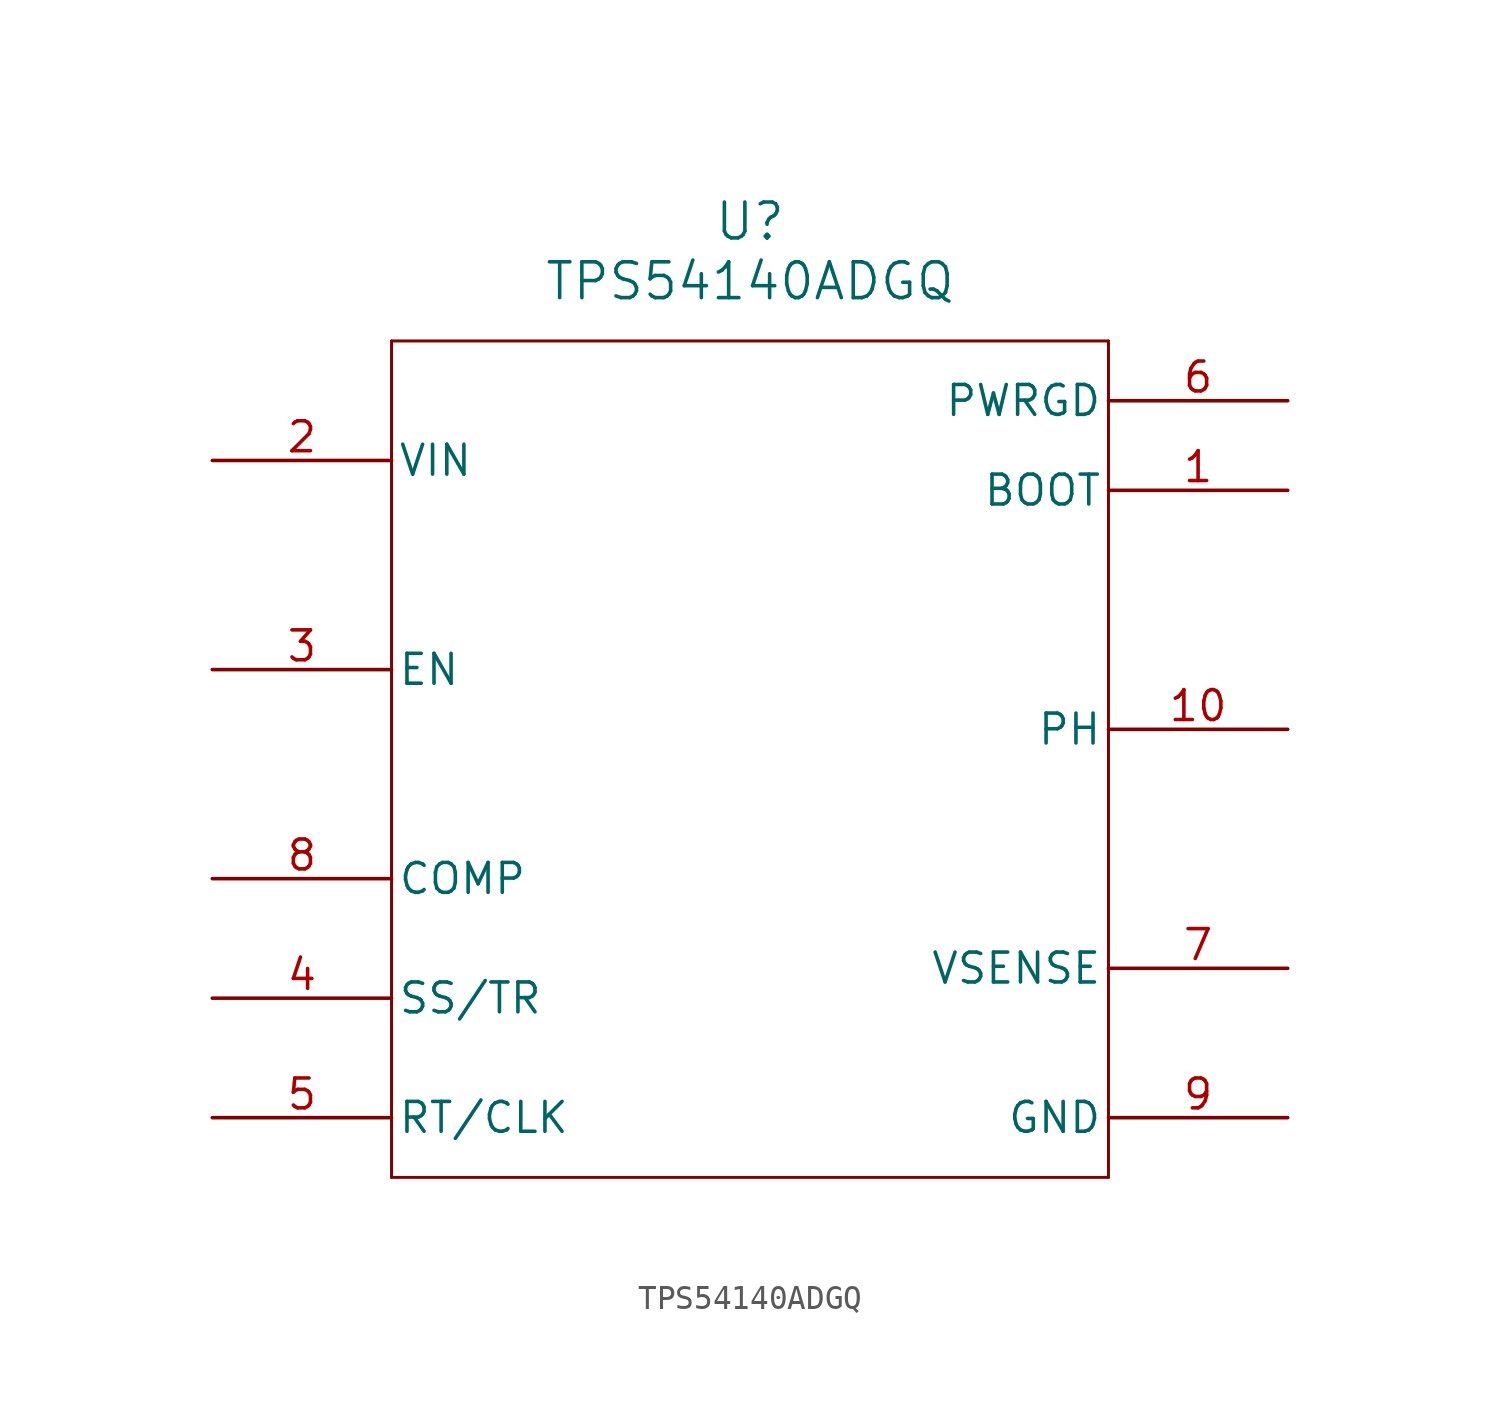
<source format=kicad_sym>
(kicad_symbol_lib
  (version 20231120)
  (generator "kicad_symbol_editor")
  (generator_version "8.0")
  (symbol "TPS54140ADGQ"
    (pin_names
      (offset 0.254))
    (property "Reference" "U"
      (at 22.86 10.16 0)
      (effects (font (size 1.524 1.524))))
    (property "Value" "TPS54140ADGQ"
      (at 22.86 7.62 0)
      (effects (font (size 1.524 1.524))))
    (property "ki_locked" ""
      (at 0 0 0)
      (effects (font (size 1.27 1.27))))
    (symbol "TPS54140ADGQ_0_1"
      (polyline (pts (xy 7.62 -30.48) (xy 38.1 -30.48)) (stroke (width 0.127) (type default)) (fill (type none)))
      (polyline (pts (xy 7.62 5.08) (xy 7.62 -30.48)) (stroke (width 0.127) (type default)) (fill (type none)))
      (polyline (pts (xy 38.1 -30.48) (xy 38.1 5.08)) (stroke (width 0.127) (type default)) (fill (type none)))
      (polyline (pts (xy 38.1 5.08) (xy 7.62 5.08)) (stroke (width 0.127) (type default)) (fill (type none)))
      (pin output line (at 45.72 -1.27 180) (length 7.62) (name "BOOT" (effects (font (size 1.27 1.27)))) (number "1" (effects (font (size 1.27 1.27)))))
      (pin input line (at 0 -8.89 0) (length 7.62) (name "EN" (effects (font (size 1.27 1.27)))) (number "3" (effects (font (size 1.27 1.27)))))
      (pin input line (at 0 -22.86 0) (length 7.62) (name "SS/TR" (effects (font (size 1.27 1.27)))) (number "4" (effects (font (size 1.27 1.27)))))
      (pin input line (at 0 -27.94 0) (length 7.62) (name "RT/CLK" (effects (font (size 1.27 1.27)))) (number "5" (effects (font (size 1.27 1.27)))))
      (pin output line (at 45.72 2.54 180) (length 7.62) (name "PWRGD" (effects (font (size 1.27 1.27)))) (number "6" (effects (font (size 1.27 1.27)))))
      (pin input line (at 45.72 -21.59 180) (length 7.62) (name "VSENSE" (effects (font (size 1.27 1.27)))) (number "7" (effects (font (size 1.27 1.27)))))
      (pin output line (at 0 -17.78 0) (length 7.62) (name "COMP" (effects (font (size 1.27 1.27)))) (number "8" (effects (font (size 1.27 1.27)))))
      (pin power_in line (at 45.72 -27.94 180) (length 7.62) (name "GND" (effects (font (size 1.27 1.27)))) (number "9" (effects (font (size 1.27 1.27))))))
    (symbol "TPS54140ADGQ_1_1"
      (pin power_out line (at 45.72 -11.43 180) (length 7.62) (name "PH" (effects (font (size 1.27 1.27)))) (number "10" (effects (font (size 1.27 1.27)))))
      (pin power_in line (at 0 0 0) (length 7.62) (name "VIN" (effects (font (size 1.27 1.27)))) (number "2" (effects (font (size 1.27 1.27))))))))
</source>
